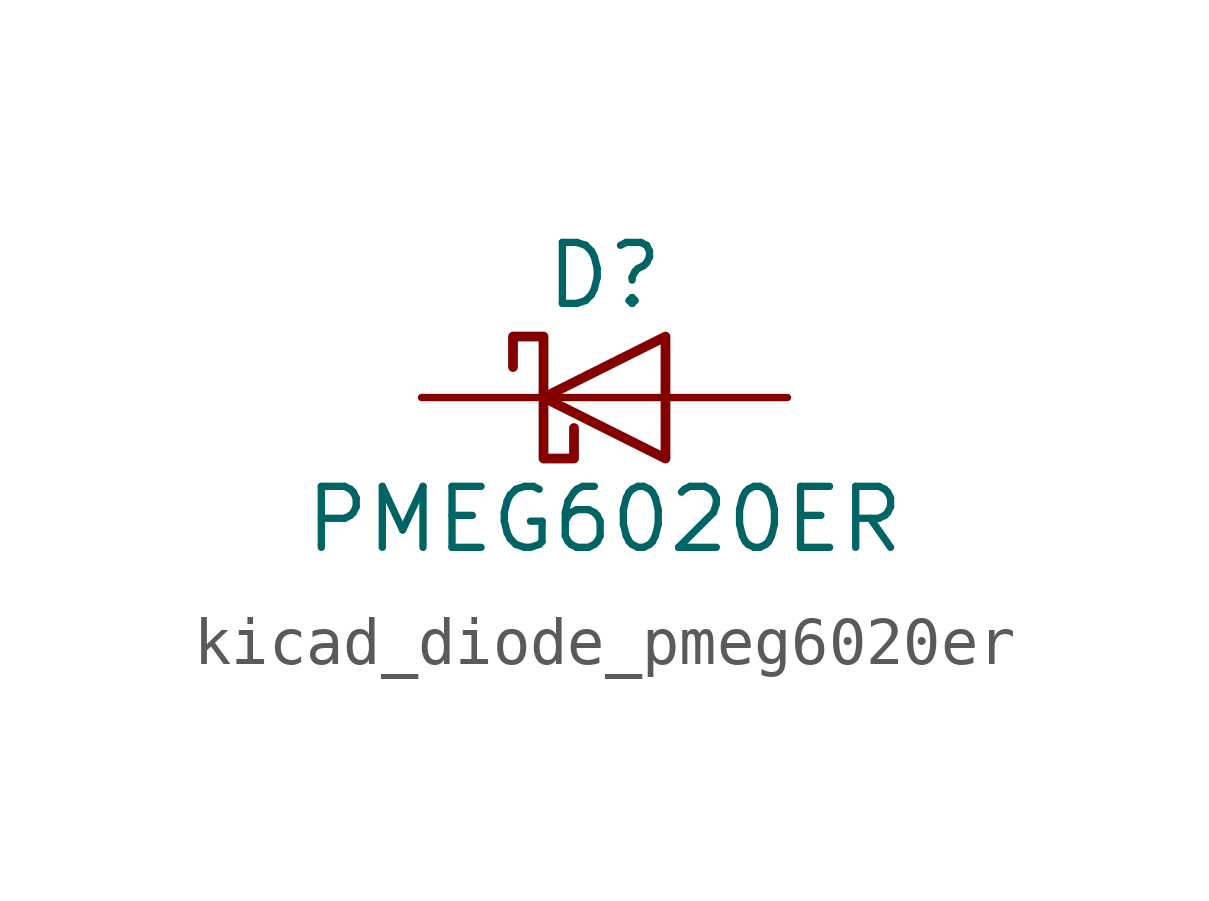
<source format=kicad_sym>
(kicad_symbol_lib
  (version 20220914)
  (generator kicad_symbol_editor)
  (symbol "kicad_diode_pmeg6020er"
    (pin_numbers hide)
    (pin_names hide)
    (property "Reference" "D"
      (at 0 2.54 0)
      (effects (font (size 1.27 1.27))))
    (property "Value" "PMEG6020ER"
      (at 0 -2.54 0)
      (effects (font (size 1.27 1.27))))
    (symbol "kicad_diode_pmeg6020er_0_1"
      (polyline (pts (xy 1.27 0) (xy -1.27 0)) (stroke (width 0) (type default)) (fill (type none)))
      (polyline (pts (xy 1.27 1.27) (xy 1.27 -1.27) (xy -1.27 0) (xy 1.27 1.27)) (stroke (width 0.203) (type default)) (fill (type none)))
      (polyline (pts (xy -1.905 0.635) (xy -1.905 1.27) (xy -1.27 1.27) (xy -1.27 -1.27) (xy -0.635 -1.27) (xy -0.635 -0.635)) (stroke (width 0.203) (type default)) (fill (type none))))
    (symbol "kicad_diode_pmeg6020er_1_1"
      (pin passive line (at -3.81 0 0) (length 2.54) (name "K" (effects (font (size 1.27 1.27)))) (number "1" (effects (font (size 1.27 1.27)))))
      (pin passive line (at 3.81 0 180) (length 2.54) (name "A" (effects (font (size 1.27 1.27)))) (number "2" (effects (font (size 1.27 1.27))))))))
</source>
